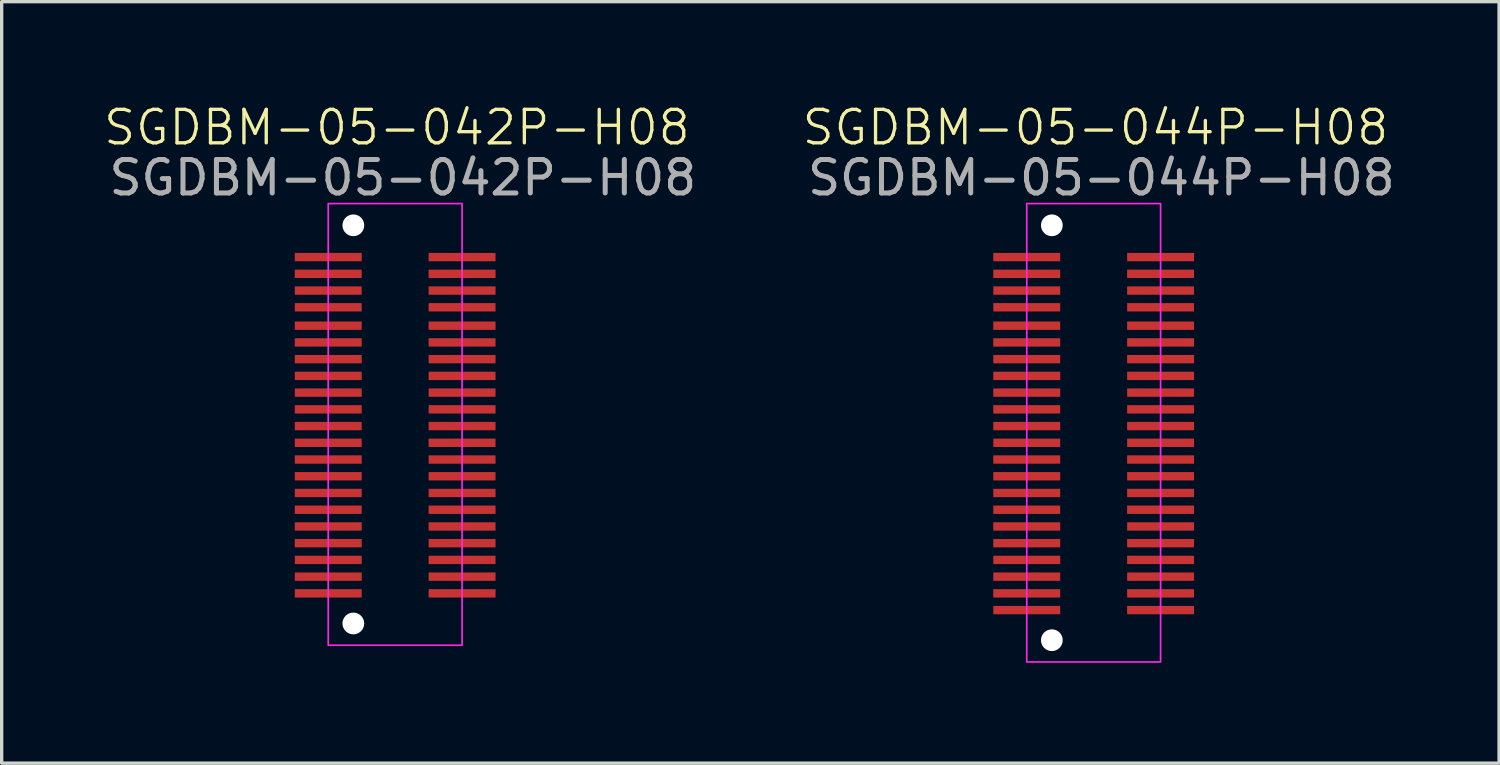
<source format=kicad_pcb>
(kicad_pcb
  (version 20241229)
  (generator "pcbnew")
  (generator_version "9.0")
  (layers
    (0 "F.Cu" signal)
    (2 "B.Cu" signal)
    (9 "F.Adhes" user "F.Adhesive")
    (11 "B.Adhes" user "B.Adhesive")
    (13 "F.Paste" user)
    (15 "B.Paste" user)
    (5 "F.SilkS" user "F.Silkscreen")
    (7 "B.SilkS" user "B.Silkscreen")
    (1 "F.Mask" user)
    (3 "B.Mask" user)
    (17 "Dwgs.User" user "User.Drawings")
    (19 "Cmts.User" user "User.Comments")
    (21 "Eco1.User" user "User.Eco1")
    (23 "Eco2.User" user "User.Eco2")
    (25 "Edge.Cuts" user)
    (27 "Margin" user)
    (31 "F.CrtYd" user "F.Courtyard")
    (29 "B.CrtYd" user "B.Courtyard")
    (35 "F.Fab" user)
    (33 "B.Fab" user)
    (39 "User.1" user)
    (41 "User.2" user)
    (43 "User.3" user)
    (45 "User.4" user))
  (footprint "SGDBM-05-044P-H08"
    (layer "F.Cu")
    (at 27.637 4.634)
    (property "Reference" "SGDBM-05-044P-H08" (at 2.052 -3.873 0) (unlocked yes) (layer "F.SilkS") (effects (font (size 1 1) (thickness 0.1))))
    (attr smd)
    (fp_rect (start 0 -1.6) (end 4 12.1) (stroke (width 0.05) (type default)) (fill no) (layer "F.CrtYd"))
    (fp_text user "${REFERENCE}" (at 2.23 -2.372 0) (unlocked yes) (layer "F.Fab") (effects (font (size 1 1) (thickness 0.15))))
    (pad "" np_thru_hole circle (at 0.75 -0.95) (size 0.65 0.65) (drill 0.65) (layers "*.Cu" "*.Mask"))
    (pad "" np_thru_hole circle (at 0.75 11.45) (size 0.65 0.65) (drill 0.65) (layers "*.Cu" "*.Mask"))
    (pad "1" smd rect (at 0 0 90) (size 0.25 2) (layers "F.Cu" "F.Mask" "F.Paste"))
    (pad "2" smd rect (at 4 0 90) (size 0.25 2) (layers "F.Cu" "F.Mask" "F.Paste"))
    (pad "3" smd rect (at 0 0.5 90) (size 0.25 2) (layers "F.Cu" "F.Mask" "F.Paste"))
    (pad "4" smd rect (at 4 0.5 90) (size 0.25 2) (layers "F.Cu" "F.Mask" "F.Paste"))
    (pad "5" smd rect (at 0 1 90) (size 0.25 2) (layers "F.Cu" "F.Mask" "F.Paste"))
    (pad "6" smd rect (at 4 1 90) (size 0.25 2) (layers "F.Cu" "F.Mask" "F.Paste"))
    (pad "7" smd rect (at 0 1.5 90) (size 0.25 2) (layers "F.Cu" "F.Mask" "F.Paste"))
    (pad "8" smd rect (at 4 1.5 90) (size 0.25 2) (layers "F.Cu" "F.Mask" "F.Paste"))
    (pad "9" smd rect (at 0 2.05 90) (size 0.25 2) (layers "F.Cu" "F.Mask" "F.Paste"))
    (pad "10" smd rect (at 4 2.05 90) (size 0.25 2) (layers "F.Cu" "F.Mask" "F.Paste"))
    (pad "11" smd rect (at 0 2.55 90) (size 0.25 2) (layers "F.Cu" "F.Mask" "F.Paste"))
    (pad "12" smd rect (at 4 2.55 90) (size 0.25 2) (layers "F.Cu" "F.Mask" "F.Paste"))
    (pad "13" smd rect (at 0 3.05 90) (size 0.25 2) (layers "F.Cu" "F.Mask" "F.Paste"))
    (pad "14" smd rect (at 4 3.05 90) (size 0.25 2) (layers "F.Cu" "F.Mask" "F.Paste"))
    (pad "15" smd rect (at 0 3.55 90) (size 0.25 2) (layers "F.Cu" "F.Mask" "F.Paste"))
    (pad "16" smd rect (at 4 3.55 90) (size 0.25 2) (layers "F.Cu" "F.Mask" "F.Paste"))
    (pad "17" smd rect (at 0 4.05 90) (size 0.25 2) (layers "F.Cu" "F.Mask" "F.Paste"))
    (pad "18" smd rect (at 4 4.05 90) (size 0.25 2) (layers "F.Cu" "F.Mask" "F.Paste"))
    (pad "19" smd rect (at 0 4.55 90) (size 0.25 2) (layers "F.Cu" "F.Mask" "F.Paste"))
    (pad "20" smd rect (at 4 4.55 90) (size 0.25 2) (layers "F.Cu" "F.Mask" "F.Paste"))
    (pad "21" smd rect (at 0 5.05 90) (size 0.25 2) (layers "F.Cu" "F.Mask" "F.Paste"))
    (pad "22" smd rect (at 4 5.05 90) (size 0.25 2) (layers "F.Cu" "F.Mask" "F.Paste"))
    (pad "23" smd rect (at 0 5.55 90) (size 0.25 2) (layers "F.Cu" "F.Mask" "F.Paste"))
    (pad "24" smd rect (at 4 5.55 90) (size 0.25 2) (layers "F.Cu" "F.Mask" "F.Paste"))
    (pad "25" smd rect (at 0 6.05 90) (size 0.25 2) (layers "F.Cu" "F.Mask" "F.Paste"))
    (pad "26" smd rect (at 4 6.05 90) (size 0.25 2) (layers "F.Cu" "F.Mask" "F.Paste"))
    (pad "27" smd rect (at 0 6.55 90) (size 0.25 2) (layers "F.Cu" "F.Mask" "F.Paste"))
    (pad "28" smd rect (at 4 6.55 90) (size 0.25 2) (layers "F.Cu" "F.Mask" "F.Paste"))
    (pad "29" smd rect (at 0 7.05 90) (size 0.25 2) (layers "F.Cu" "F.Mask" "F.Paste"))
    (pad "30" smd rect (at 4 7.05 90) (size 0.25 2) (layers "F.Cu" "F.Mask" "F.Paste"))
    (pad "31" smd rect (at 0 7.55 90) (size 0.25 2) (layers "F.Cu" "F.Mask" "F.Paste"))
    (pad "32" smd rect (at 4 7.55 90) (size 0.25 2) (layers "F.Cu" "F.Mask" "F.Paste"))
    (pad "33" smd rect (at 0 8.05 90) (size 0.25 2) (layers "F.Cu" "F.Mask" "F.Paste"))
    (pad "34" smd rect (at 4 8.05 90) (size 0.25 2) (layers "F.Cu" "F.Mask" "F.Paste"))
    (pad "35" smd rect (at 0 8.55 90) (size 0.25 2) (layers "F.Cu" "F.Mask" "F.Paste"))
    (pad "36" smd rect (at 4 8.55 90) (size 0.25 2) (layers "F.Cu" "F.Mask" "F.Paste"))
    (pad "37" smd rect (at 0 9.05 90) (size 0.25 2) (layers "F.Cu" "F.Mask" "F.Paste"))
    (pad "38" smd rect (at 4 9.05 90) (size 0.25 2) (layers "F.Cu" "F.Mask" "F.Paste"))
    (pad "39" smd rect (at 0 9.55 90) (size 0.25 2) (layers "F.Cu" "F.Mask" "F.Paste"))
    (pad "40" smd rect (at 4 9.55 90) (size 0.25 2) (layers "F.Cu" "F.Mask" "F.Paste"))
    (pad "41" smd rect (at 0 10.05 90) (size 0.25 2) (layers "F.Cu" "F.Mask" "F.Paste"))
    (pad "42" smd rect (at 4 10.05 90) (size 0.25 2) (layers "F.Cu" "F.Mask" "F.Paste"))
    (pad "43" smd rect (at 0 10.55 90) (size 0.25 2) (layers "F.Cu" "F.Mask" "F.Paste"))
    (pad "44" smd rect (at 4 10.55 90) (size 0.25 2) (layers "F.Cu" "F.Mask" "F.Paste")))
  (footprint "SGDBM-05-042P-H08"
    (layer "F.Cu")
    (at 6.76 4.634)
    (property "Reference" "SGDBM-05-042P-H08" (at 2.052 -3.873 0) (unlocked yes) (layer "F.SilkS") (effects (font (size 1 1) (thickness 0.1))))
    (attr smd)
    (fp_rect (start 0 -1.6) (end 4 11.6) (stroke (width 0.05) (type default)) (fill no) (layer "F.CrtYd"))
    (fp_text user "${REFERENCE}" (at 2.23 -2.372 0) (unlocked yes) (layer "F.Fab") (effects (font (size 1 1) (thickness 0.15))))
    (pad "" np_thru_hole circle (at 0.75 -0.95) (size 0.65 0.65) (drill 0.65) (layers "*.Cu" "*.Mask"))
    (pad "" np_thru_hole circle (at 0.75 10.95) (size 0.65 0.65) (drill 0.65) (layers "*.Cu" "*.Mask"))
    (pad "1" smd rect (at 0 0 90) (size 0.25 2) (layers "F.Cu" "F.Mask" "F.Paste"))
    (pad "2" smd rect (at 4 0 90) (size 0.25 2) (layers "F.Cu" "F.Mask" "F.Paste"))
    (pad "3" smd rect (at 0 0.5 90) (size 0.25 2) (layers "F.Cu" "F.Mask" "F.Paste"))
    (pad "4" smd rect (at 4 0.5 90) (size 0.25 2) (layers "F.Cu" "F.Mask" "F.Paste"))
    (pad "5" smd rect (at 0 1 90) (size 0.25 2) (layers "F.Cu" "F.Mask" "F.Paste"))
    (pad "6" smd rect (at 4 1 90) (size 0.25 2) (layers "F.Cu" "F.Mask" "F.Paste"))
    (pad "7" smd rect (at 0 1.5 90) (size 0.25 2) (layers "F.Cu" "F.Mask" "F.Paste"))
    (pad "8" smd rect (at 4 1.5 90) (size 0.25 2) (layers "F.Cu" "F.Mask" "F.Paste"))
    (pad "9" smd rect (at 0 2.05 90) (size 0.25 2) (layers "F.Cu" "F.Mask" "F.Paste"))
    (pad "10" smd rect (at 4 2.05 90) (size 0.25 2) (layers "F.Cu" "F.Mask" "F.Paste"))
    (pad "11" smd rect (at 0 2.55 90) (size 0.25 2) (layers "F.Cu" "F.Mask" "F.Paste"))
    (pad "12" smd rect (at 4 2.55 90) (size 0.25 2) (layers "F.Cu" "F.Mask" "F.Paste"))
    (pad "13" smd rect (at 0 3.05 90) (size 0.25 2) (layers "F.Cu" "F.Mask" "F.Paste"))
    (pad "14" smd rect (at 4 3.05 90) (size 0.25 2) (layers "F.Cu" "F.Mask" "F.Paste"))
    (pad "15" smd rect (at 0 3.55 90) (size 0.25 2) (layers "F.Cu" "F.Mask" "F.Paste"))
    (pad "16" smd rect (at 4 3.55 90) (size 0.25 2) (layers "F.Cu" "F.Mask" "F.Paste"))
    (pad "17" smd rect (at 0 4.05 90) (size 0.25 2) (layers "F.Cu" "F.Mask" "F.Paste"))
    (pad "18" smd rect (at 4 4.05 90) (size 0.25 2) (layers "F.Cu" "F.Mask" "F.Paste"))
    (pad "19" smd rect (at 0 4.55 90) (size 0.25 2) (layers "F.Cu" "F.Mask" "F.Paste"))
    (pad "20" smd rect (at 4 4.55 90) (size 0.25 2) (layers "F.Cu" "F.Mask" "F.Paste"))
    (pad "21" smd rect (at 0 5.05 90) (size 0.25 2) (layers "F.Cu" "F.Mask" "F.Paste"))
    (pad "22" smd rect (at 4 5.05 90) (size 0.25 2) (layers "F.Cu" "F.Mask" "F.Paste"))
    (pad "23" smd rect (at 0 5.55 90) (size 0.25 2) (layers "F.Cu" "F.Mask" "F.Paste"))
    (pad "24" smd rect (at 4 5.55 90) (size 0.25 2) (layers "F.Cu" "F.Mask" "F.Paste"))
    (pad "25" smd rect (at 0 6.05 90) (size 0.25 2) (layers "F.Cu" "F.Mask" "F.Paste"))
    (pad "26" smd rect (at 4 6.05 90) (size 0.25 2) (layers "F.Cu" "F.Mask" "F.Paste"))
    (pad "27" smd rect (at 0 6.55 90) (size 0.25 2) (layers "F.Cu" "F.Mask" "F.Paste"))
    (pad "28" smd rect (at 4 6.55 90) (size 0.25 2) (layers "F.Cu" "F.Mask" "F.Paste"))
    (pad "29" smd rect (at 0 7.05 90) (size 0.25 2) (layers "F.Cu" "F.Mask" "F.Paste"))
    (pad "30" smd rect (at 4 7.05 90) (size 0.25 2) (layers "F.Cu" "F.Mask" "F.Paste"))
    (pad "31" smd rect (at 0 7.55 90) (size 0.25 2) (layers "F.Cu" "F.Mask" "F.Paste"))
    (pad "32" smd rect (at 4 7.55 90) (size 0.25 2) (layers "F.Cu" "F.Mask" "F.Paste"))
    (pad "33" smd rect (at 0 8.05 90) (size 0.25 2) (layers "F.Cu" "F.Mask" "F.Paste"))
    (pad "34" smd rect (at 4 8.05 90) (size 0.25 2) (layers "F.Cu" "F.Mask" "F.Paste"))
    (pad "35" smd rect (at 0 8.55 90) (size 0.25 2) (layers "F.Cu" "F.Mask" "F.Paste"))
    (pad "36" smd rect (at 4 8.55 90) (size 0.25 2) (layers "F.Cu" "F.Mask" "F.Paste"))
    (pad "37" smd rect (at 0 9.05 90) (size 0.25 2) (layers "F.Cu" "F.Mask" "F.Paste"))
    (pad "38" smd rect (at 4 9.05 90) (size 0.25 2) (layers "F.Cu" "F.Mask" "F.Paste"))
    (pad "39" smd rect (at 0 9.55 90) (size 0.25 2) (layers "F.Cu" "F.Mask" "F.Paste"))
    (pad "40" smd rect (at 4 9.55 90) (size 0.25 2) (layers "F.Cu" "F.Mask" "F.Paste"))
    (pad "41" smd rect (at 0 10.05 90) (size 0.25 2) (layers "F.Cu" "F.Mask" "F.Paste"))
    (pad "42" smd rect (at 4 10.05 90) (size 0.25 2) (layers "F.Cu" "F.Mask" "F.Paste")))
  (gr_rect
    (start -3 -3)
    (end 41.753 19.759)
    (stroke (width 0.1) (type default))
    (fill no)
    (layer "Edge.Cuts")))
</source>
